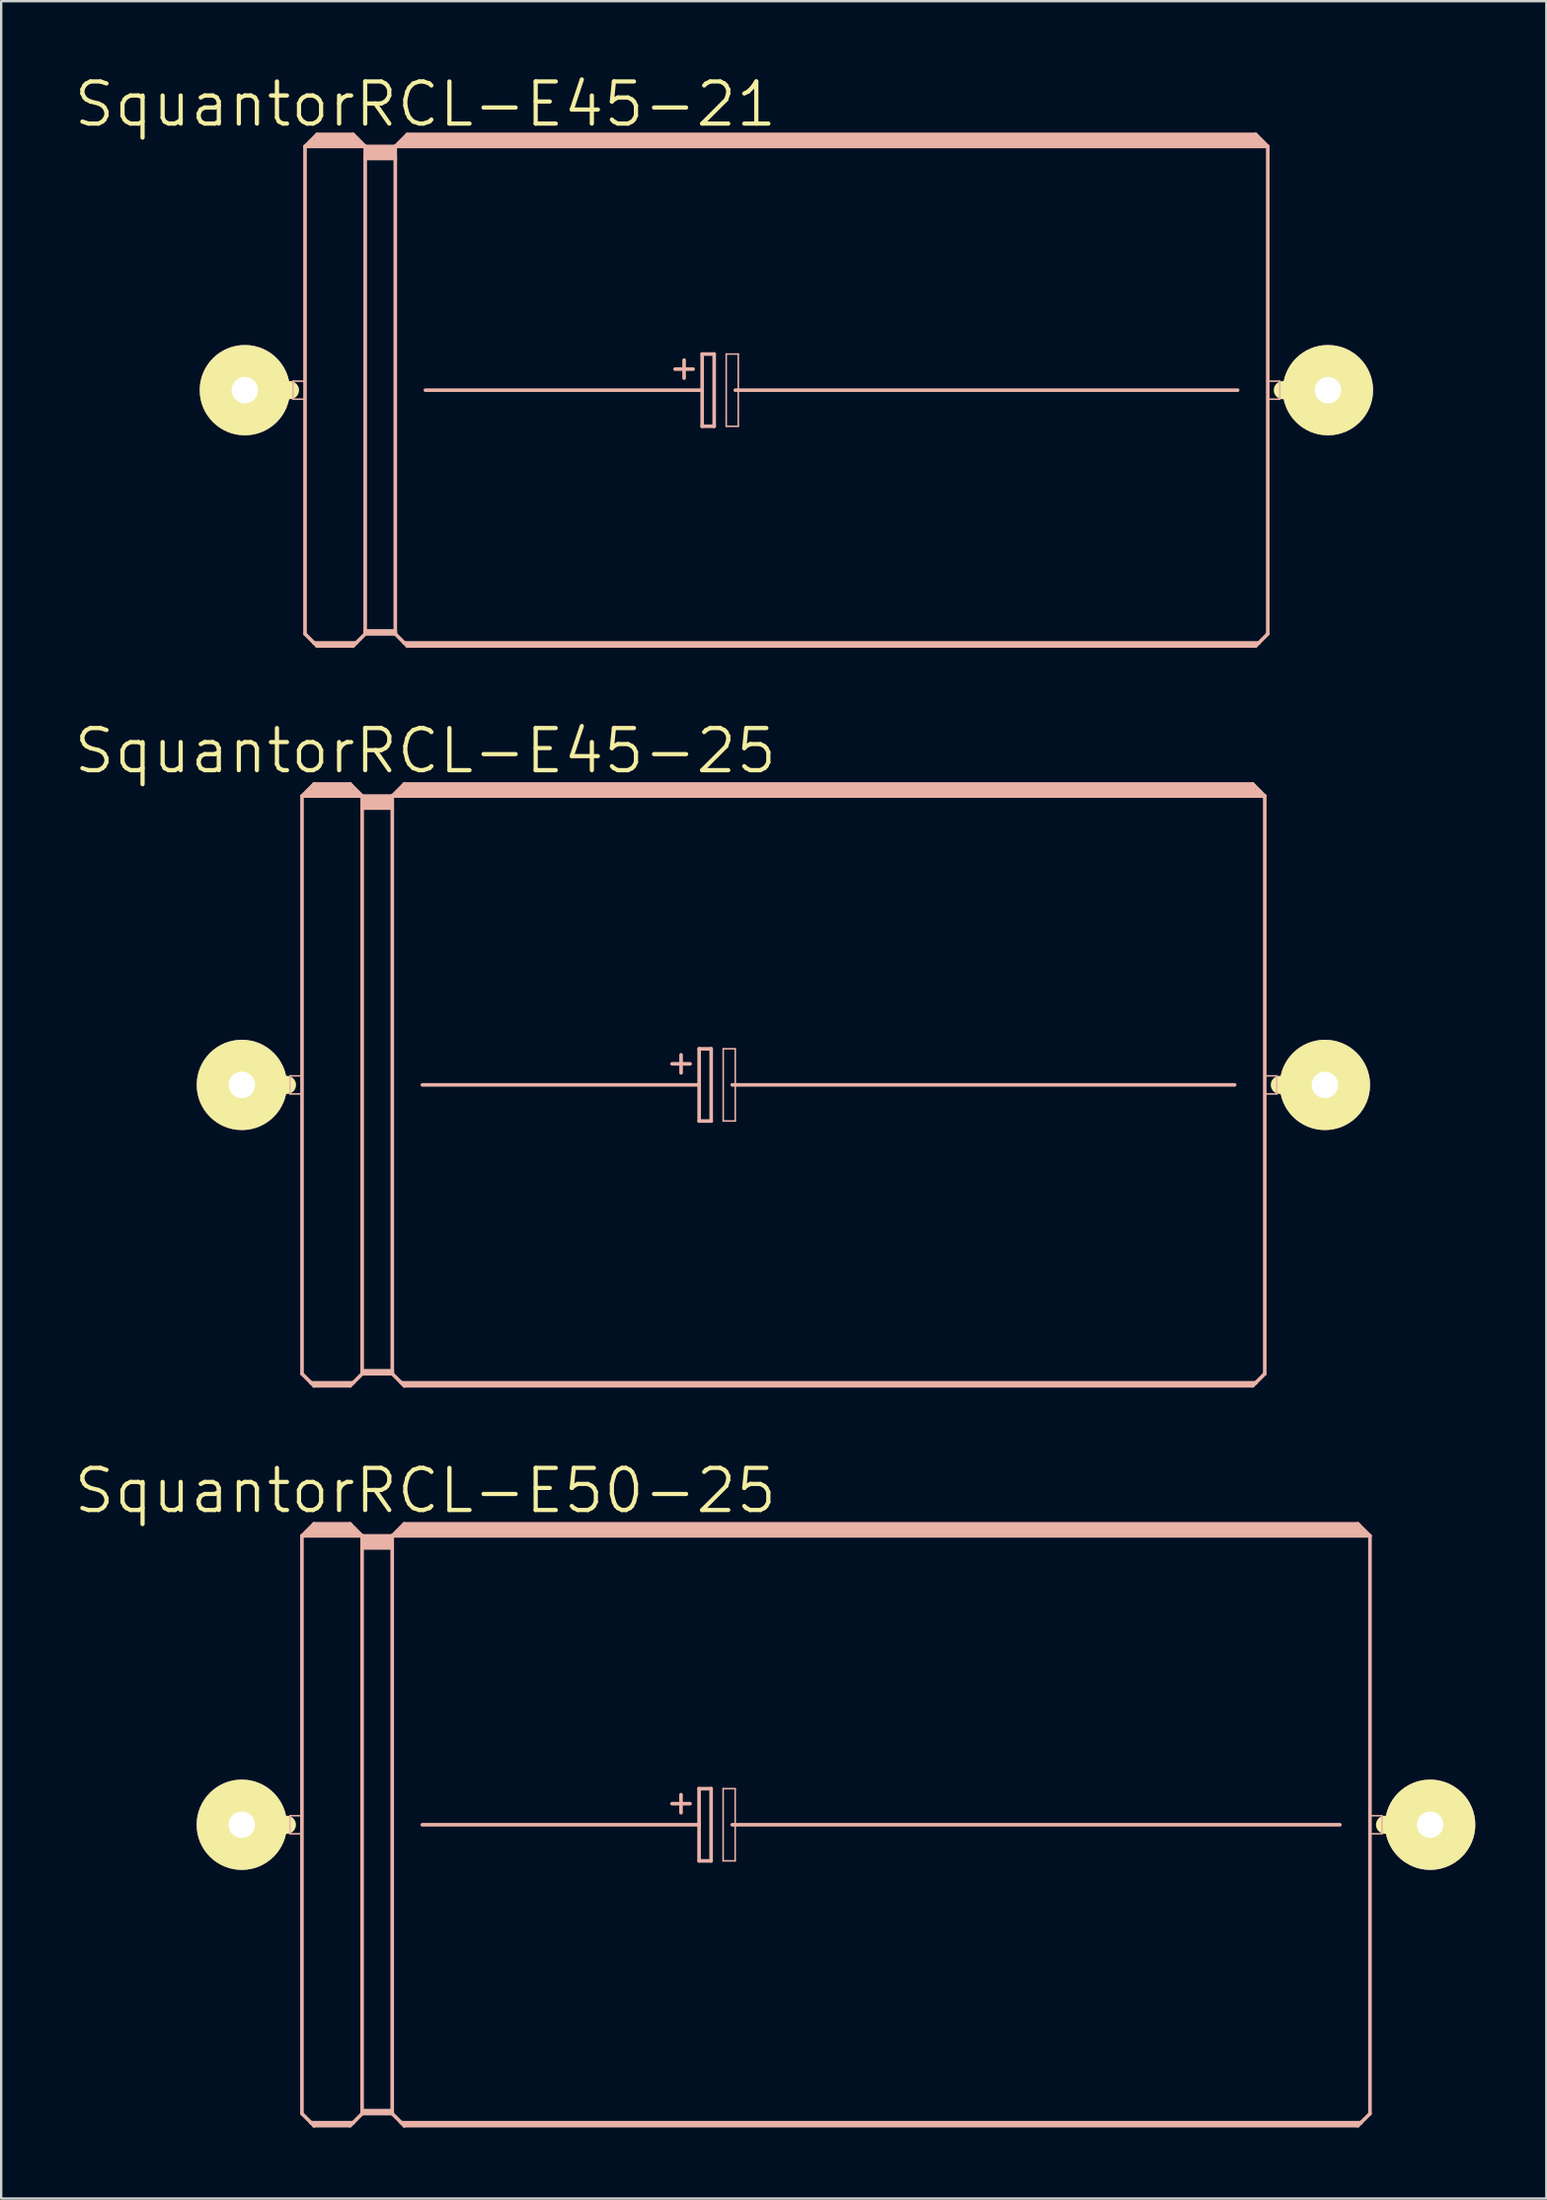
<source format=kicad_pcb>
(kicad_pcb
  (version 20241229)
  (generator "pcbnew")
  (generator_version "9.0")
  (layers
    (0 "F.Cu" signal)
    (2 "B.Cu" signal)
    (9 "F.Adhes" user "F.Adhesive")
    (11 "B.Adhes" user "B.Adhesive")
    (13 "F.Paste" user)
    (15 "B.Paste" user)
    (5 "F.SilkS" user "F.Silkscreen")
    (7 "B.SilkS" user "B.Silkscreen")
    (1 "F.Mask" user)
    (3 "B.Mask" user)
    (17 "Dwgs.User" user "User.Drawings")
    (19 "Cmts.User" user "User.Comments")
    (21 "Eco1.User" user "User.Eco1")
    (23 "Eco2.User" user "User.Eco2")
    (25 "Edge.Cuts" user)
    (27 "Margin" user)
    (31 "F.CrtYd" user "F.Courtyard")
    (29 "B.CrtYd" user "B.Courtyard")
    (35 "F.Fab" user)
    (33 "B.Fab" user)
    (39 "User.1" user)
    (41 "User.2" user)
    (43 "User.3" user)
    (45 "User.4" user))
  (footprint "SquantorRCL-E45-21"
    (layer "F.Cu")
    (at 30.146 13.417)
    (property "Reference" "SquantorRCL-E45-21" (at -15.24 -12.065 0) (layer "F.SilkS") (effects (font (size 1.778 1.778) (thickness 0.178))))
    (attr exclude_from_pos_files exclude_from_bom)
    (fp_line (start -22.86 0) (end -20.955 0) (stroke (width 0.762) (type solid)) (layer "F.SilkS"))
    (fp_line (start 22.86 0) (end 20.955 0) (stroke (width 0.762) (type solid)) (layer "F.SilkS"))
    (fp_line (start -20.828 -0.381) (end -20.32 -0.381) (stroke (width 0.066) (type solid)) (layer "B.SilkS"))
    (fp_line (start -20.828 0.381) (end -20.828 -0.381) (stroke (width 0.066) (type solid)) (layer "B.SilkS"))
    (fp_line (start -20.828 0.381) (end -20.32 0.381) (stroke (width 0.066) (type solid)) (layer "B.SilkS"))
    (fp_line (start -20.32 -10.287) (end -20.32 10.287) (stroke (width 0.152) (type solid)) (layer "B.SilkS"))
    (fp_line (start -20.32 -10.287) (end -19.812 -10.795) (stroke (width 0.152) (type solid)) (layer "B.SilkS"))
    (fp_line (start -20.32 -10.287) (end -17.78 -10.287) (stroke (width 0.152) (type solid)) (layer "B.SilkS"))
    (fp_line (start -20.32 0.381) (end -20.32 -0.381) (stroke (width 0.066) (type solid)) (layer "B.SilkS"))
    (fp_line (start -20.32 10.287) (end -19.939 10.668) (stroke (width 0.152) (type solid)) (layer "B.SilkS"))
    (fp_line (start -20.066 -10.414) (end -18.034 -10.414) (stroke (width 0.305) (type solid)) (layer "B.SilkS"))
    (fp_line (start -19.939 10.668) (end -19.812 10.795) (stroke (width 0.152) (type solid)) (layer "B.SilkS"))
    (fp_line (start -19.939 10.668) (end -18.161 10.668) (stroke (width 0.152) (type solid)) (layer "B.SilkS"))
    (fp_line (start -19.812 -10.795) (end -18.288 -10.795) (stroke (width 0.152) (type solid)) (layer "B.SilkS"))
    (fp_line (start -19.812 -10.668) (end -18.288 -10.668) (stroke (width 0.305) (type solid)) (layer "B.SilkS"))
    (fp_line (start -19.812 10.744) (end -18.288 10.744) (stroke (width 0.152) (type solid)) (layer "B.SilkS"))
    (fp_line (start -19.812 10.795) (end -19.812 10.744) (stroke (width 0.152) (type solid)) (layer "B.SilkS"))
    (fp_line (start -19.812 10.795) (end -18.288 10.795) (stroke (width 0.152) (type solid)) (layer "B.SilkS"))
    (fp_line (start -18.288 -10.795) (end -17.78 -10.287) (stroke (width 0.152) (type solid)) (layer "B.SilkS"))
    (fp_line (start -18.288 10.795) (end -18.161 10.668) (stroke (width 0.152) (type solid)) (layer "B.SilkS"))
    (fp_line (start -18.161 10.668) (end -17.78 10.287) (stroke (width 0.152) (type solid)) (layer "B.SilkS"))
    (fp_line (start -17.78 -10.287) (end -16.51 -10.287) (stroke (width 0.152) (type solid)) (layer "B.SilkS"))
    (fp_line (start -17.78 -9.779) (end -17.78 -10.287) (stroke (width 0.152) (type solid)) (layer "B.SilkS"))
    (fp_line (start -17.78 -9.779) (end -16.51 -9.779) (stroke (width 0.152) (type solid)) (layer "B.SilkS"))
    (fp_line (start -17.78 10.16) (end -17.78 -9.779) (stroke (width 0.152) (type solid)) (layer "B.SilkS"))
    (fp_line (start -17.78 10.16) (end -16.51 10.16) (stroke (width 0.152) (type solid)) (layer "B.SilkS"))
    (fp_line (start -17.78 10.236) (end -17.78 10.16) (stroke (width 0.152) (type solid)) (layer "B.SilkS"))
    (fp_line (start -17.78 10.236) (end -16.51 10.236) (stroke (width 0.152) (type solid)) (layer "B.SilkS"))
    (fp_line (start -17.78 10.287) (end -17.78 10.236) (stroke (width 0.152) (type solid)) (layer "B.SilkS"))
    (fp_line (start -17.78 10.287) (end -16.51 10.287) (stroke (width 0.152) (type solid)) (layer "B.SilkS"))
    (fp_line (start -17.65 -10.16) (end -16.637 -10.16) (stroke (width 0.305) (type solid)) (layer "B.SilkS"))
    (fp_line (start -17.65 -9.906) (end -16.637 -9.906) (stroke (width 0.305) (type solid)) (layer "B.SilkS"))
    (fp_line (start -16.51 -10.287) (end -16.002 -10.795) (stroke (width 0.152) (type solid)) (layer "B.SilkS"))
    (fp_line (start -16.51 -10.287) (end 20.32 -10.287) (stroke (width 0.152) (type solid)) (layer "B.SilkS"))
    (fp_line (start -16.51 -9.779) (end -16.51 -10.287) (stroke (width 0.152) (type solid)) (layer "B.SilkS"))
    (fp_line (start -16.51 10.16) (end -16.51 -9.779) (stroke (width 0.152) (type solid)) (layer "B.SilkS"))
    (fp_line (start -16.51 10.236) (end -16.51 10.16) (stroke (width 0.152) (type solid)) (layer "B.SilkS"))
    (fp_line (start -16.51 10.287) (end -16.51 10.236) (stroke (width 0.152) (type solid)) (layer "B.SilkS"))
    (fp_line (start -16.51 10.287) (end -16.129 10.668) (stroke (width 0.152) (type solid)) (layer "B.SilkS"))
    (fp_line (start -16.256 -10.414) (end 20.066 -10.414) (stroke (width 0.305) (type solid)) (layer "B.SilkS"))
    (fp_line (start -16.129 10.668) (end -16.002 10.795) (stroke (width 0.152) (type solid)) (layer "B.SilkS"))
    (fp_line (start -16.129 10.668) (end 19.939 10.668) (stroke (width 0.152) (type solid)) (layer "B.SilkS"))
    (fp_line (start -16.002 -10.795) (end 19.812 -10.795) (stroke (width 0.152) (type solid)) (layer "B.SilkS"))
    (fp_line (start -16.002 -10.668) (end 19.812 -10.668) (stroke (width 0.305) (type solid)) (layer "B.SilkS"))
    (fp_line (start -16.002 10.744) (end 19.812 10.744) (stroke (width 0.152) (type solid)) (layer "B.SilkS"))
    (fp_line (start -16.002 10.795) (end -16.002 10.744) (stroke (width 0.152) (type solid)) (layer "B.SilkS"))
    (fp_line (start -16.002 10.795) (end 19.812 10.795) (stroke (width 0.152) (type solid)) (layer "B.SilkS"))
    (fp_line (start -15.24 0) (end -3.556 0) (stroke (width 0.152) (type solid)) (layer "B.SilkS"))
    (fp_line (start -4.699 -0.889) (end -3.937 -0.889) (stroke (width 0.152) (type solid)) (layer "B.SilkS"))
    (fp_line (start -4.318 -1.27) (end -4.318 -0.508) (stroke (width 0.152) (type solid)) (layer "B.SilkS"))
    (fp_line (start -3.556 -1.524) (end -3.556 0) (stroke (width 0.152) (type solid)) (layer "B.SilkS"))
    (fp_line (start -3.556 0) (end -3.556 1.524) (stroke (width 0.152) (type solid)) (layer "B.SilkS"))
    (fp_line (start -3.556 1.524) (end -3.048 1.524) (stroke (width 0.152) (type solid)) (layer "B.SilkS"))
    (fp_line (start -3.048 -1.524) (end -3.556 -1.524) (stroke (width 0.152) (type solid)) (layer "B.SilkS"))
    (fp_line (start -3.048 1.524) (end -3.048 -1.524) (stroke (width 0.152) (type solid)) (layer "B.SilkS"))
    (fp_line (start -2.54 -1.524) (end -2.032 -1.524) (stroke (width 0.066) (type solid)) (layer "B.SilkS"))
    (fp_line (start -2.54 1.524) (end -2.54 -1.524) (stroke (width 0.066) (type solid)) (layer "B.SilkS"))
    (fp_line (start -2.54 1.524) (end -2.032 1.524) (stroke (width 0.066) (type solid)) (layer "B.SilkS"))
    (fp_line (start -2.159 0) (end 19.05 0) (stroke (width 0.152) (type solid)) (layer "B.SilkS"))
    (fp_line (start -2.032 1.524) (end -2.032 -1.524) (stroke (width 0.066) (type solid)) (layer "B.SilkS"))
    (fp_line (start 19.812 -10.795) (end 20.32 -10.287) (stroke (width 0.152) (type solid)) (layer "B.SilkS"))
    (fp_line (start 19.812 10.795) (end 19.939 10.668) (stroke (width 0.152) (type solid)) (layer "B.SilkS"))
    (fp_line (start 19.939 10.668) (end 20.32 10.287) (stroke (width 0.152) (type solid)) (layer "B.SilkS"))
    (fp_line (start 20.32 -10.287) (end 20.32 10.287) (stroke (width 0.152) (type solid)) (layer "B.SilkS"))
    (fp_line (start 20.32 -0.381) (end 20.828 -0.381) (stroke (width 0.066) (type solid)) (layer "B.SilkS"))
    (fp_line (start 20.32 0.381) (end 20.32 -0.381) (stroke (width 0.066) (type solid)) (layer "B.SilkS"))
    (fp_line (start 20.32 0.381) (end 20.828 0.381) (stroke (width 0.066) (type solid)) (layer "B.SilkS"))
    (fp_line (start 20.828 0.381) (end 20.828 -0.381) (stroke (width 0.066) (type solid)) (layer "B.SilkS"))
    (pad "+" thru_hole circle (at -22.86 0) (size 3.81 3.81) (drill 1.118) (layers "*.Cu" "F.Mask" "F.SilkS" "F.Paste"))
    (pad "-" thru_hole circle (at 22.86 0) (size 3.81 3.81) (drill 1.118) (layers "*.Cu" "F.Mask" "F.SilkS" "F.Paste")))
  (footprint "SquantorRCL-E45-25"
    (layer "F.Cu")
    (at 30.019 42.738)
    (property "Reference" "SquantorRCL-E45-25" (at -15.113 -14.097 0) (layer "F.SilkS") (effects (font (size 1.778 1.778) (thickness 0.178))))
    (attr exclude_from_pos_files exclude_from_bom)
    (fp_line (start -22.86 0) (end -20.955 0) (stroke (width 0.762) (type solid)) (layer "F.SilkS"))
    (fp_line (start 22.86 0) (end 20.955 0) (stroke (width 0.762) (type solid)) (layer "F.SilkS"))
    (fp_line (start -20.828 -0.381) (end -20.32 -0.381) (stroke (width 0.066) (type solid)) (layer "B.SilkS"))
    (fp_line (start -20.828 0.381) (end -20.828 -0.381) (stroke (width 0.066) (type solid)) (layer "B.SilkS"))
    (fp_line (start -20.828 0.381) (end -20.32 0.381) (stroke (width 0.066) (type solid)) (layer "B.SilkS"))
    (fp_line (start -20.32 -12.192) (end -20.32 12.192) (stroke (width 0.152) (type solid)) (layer "B.SilkS"))
    (fp_line (start -20.32 -12.192) (end -19.812 -12.7) (stroke (width 0.152) (type solid)) (layer "B.SilkS"))
    (fp_line (start -20.32 -12.192) (end -17.78 -12.192) (stroke (width 0.152) (type solid)) (layer "B.SilkS"))
    (fp_line (start -20.32 0.381) (end -20.32 -0.381) (stroke (width 0.066) (type solid)) (layer "B.SilkS"))
    (fp_line (start -20.32 12.192) (end -19.939 12.573) (stroke (width 0.152) (type solid)) (layer "B.SilkS"))
    (fp_line (start -20.066 -12.319) (end -18.034 -12.319) (stroke (width 0.305) (type solid)) (layer "B.SilkS"))
    (fp_line (start -19.939 12.573) (end -19.812 12.7) (stroke (width 0.152) (type solid)) (layer "B.SilkS"))
    (fp_line (start -19.939 12.573) (end -18.161 12.573) (stroke (width 0.152) (type solid)) (layer "B.SilkS"))
    (fp_line (start -19.812 -12.7) (end -18.288 -12.7) (stroke (width 0.152) (type solid)) (layer "B.SilkS"))
    (fp_line (start -19.812 -12.573) (end -18.288 -12.573) (stroke (width 0.305) (type solid)) (layer "B.SilkS"))
    (fp_line (start -19.812 12.649) (end -18.288 12.649) (stroke (width 0.152) (type solid)) (layer "B.SilkS"))
    (fp_line (start -19.812 12.7) (end -19.812 12.649) (stroke (width 0.152) (type solid)) (layer "B.SilkS"))
    (fp_line (start -19.812 12.7) (end -18.288 12.7) (stroke (width 0.152) (type solid)) (layer "B.SilkS"))
    (fp_line (start -18.288 -12.7) (end -17.78 -12.192) (stroke (width 0.152) (type solid)) (layer "B.SilkS"))
    (fp_line (start -18.288 12.7) (end -18.161 12.573) (stroke (width 0.152) (type solid)) (layer "B.SilkS"))
    (fp_line (start -18.161 12.573) (end -17.78 12.192) (stroke (width 0.152) (type solid)) (layer "B.SilkS"))
    (fp_line (start -17.78 -12.192) (end -16.51 -12.192) (stroke (width 0.152) (type solid)) (layer "B.SilkS"))
    (fp_line (start -17.78 -11.684) (end -17.78 -12.192) (stroke (width 0.152) (type solid)) (layer "B.SilkS"))
    (fp_line (start -17.78 -11.684) (end -16.51 -11.684) (stroke (width 0.152) (type solid)) (layer "B.SilkS"))
    (fp_line (start -17.78 12.065) (end -17.78 -11.684) (stroke (width 0.152) (type solid)) (layer "B.SilkS"))
    (fp_line (start -17.78 12.065) (end -16.51 12.065) (stroke (width 0.152) (type solid)) (layer "B.SilkS"))
    (fp_line (start -17.78 12.141) (end -17.78 12.065) (stroke (width 0.152) (type solid)) (layer "B.SilkS"))
    (fp_line (start -17.78 12.141) (end -16.51 12.141) (stroke (width 0.152) (type solid)) (layer "B.SilkS"))
    (fp_line (start -17.78 12.192) (end -17.78 12.141) (stroke (width 0.152) (type solid)) (layer "B.SilkS"))
    (fp_line (start -17.78 12.192) (end -16.51 12.192) (stroke (width 0.152) (type solid)) (layer "B.SilkS"))
    (fp_line (start -17.65 -12.065) (end -16.637 -12.065) (stroke (width 0.305) (type solid)) (layer "B.SilkS"))
    (fp_line (start -17.65 -11.811) (end -16.637 -11.811) (stroke (width 0.305) (type solid)) (layer "B.SilkS"))
    (fp_line (start -16.51 -12.192) (end -16.002 -12.7) (stroke (width 0.152) (type solid)) (layer "B.SilkS"))
    (fp_line (start -16.51 -12.192) (end 20.32 -12.192) (stroke (width 0.152) (type solid)) (layer "B.SilkS"))
    (fp_line (start -16.51 -11.684) (end -16.51 -12.192) (stroke (width 0.152) (type solid)) (layer "B.SilkS"))
    (fp_line (start -16.51 12.065) (end -16.51 -11.684) (stroke (width 0.152) (type solid)) (layer "B.SilkS"))
    (fp_line (start -16.51 12.141) (end -16.51 12.065) (stroke (width 0.152) (type solid)) (layer "B.SilkS"))
    (fp_line (start -16.51 12.192) (end -16.51 12.141) (stroke (width 0.152) (type solid)) (layer "B.SilkS"))
    (fp_line (start -16.51 12.192) (end -16.129 12.573) (stroke (width 0.152) (type solid)) (layer "B.SilkS"))
    (fp_line (start -16.256 -12.319) (end 20.066 -12.319) (stroke (width 0.305) (type solid)) (layer "B.SilkS"))
    (fp_line (start -16.129 12.573) (end -16.002 12.7) (stroke (width 0.152) (type solid)) (layer "B.SilkS"))
    (fp_line (start -16.129 12.573) (end 19.939 12.573) (stroke (width 0.152) (type solid)) (layer "B.SilkS"))
    (fp_line (start -16.002 -12.7) (end 19.812 -12.7) (stroke (width 0.152) (type solid)) (layer "B.SilkS"))
    (fp_line (start -16.002 -12.573) (end 19.812 -12.573) (stroke (width 0.305) (type solid)) (layer "B.SilkS"))
    (fp_line (start -16.002 12.649) (end 19.812 12.649) (stroke (width 0.152) (type solid)) (layer "B.SilkS"))
    (fp_line (start -16.002 12.7) (end -16.002 12.649) (stroke (width 0.152) (type solid)) (layer "B.SilkS"))
    (fp_line (start -16.002 12.7) (end 19.812 12.7) (stroke (width 0.152) (type solid)) (layer "B.SilkS"))
    (fp_line (start -15.24 0) (end -3.556 0) (stroke (width 0.152) (type solid)) (layer "B.SilkS"))
    (fp_line (start -4.699 -0.889) (end -3.937 -0.889) (stroke (width 0.152) (type solid)) (layer "B.SilkS"))
    (fp_line (start -4.318 -1.27) (end -4.318 -0.508) (stroke (width 0.152) (type solid)) (layer "B.SilkS"))
    (fp_line (start -3.556 -1.524) (end -3.556 0) (stroke (width 0.152) (type solid)) (layer "B.SilkS"))
    (fp_line (start -3.556 0) (end -3.556 1.524) (stroke (width 0.152) (type solid)) (layer "B.SilkS"))
    (fp_line (start -3.556 1.524) (end -3.048 1.524) (stroke (width 0.152) (type solid)) (layer "B.SilkS"))
    (fp_line (start -3.048 -1.524) (end -3.556 -1.524) (stroke (width 0.152) (type solid)) (layer "B.SilkS"))
    (fp_line (start -3.048 1.524) (end -3.048 -1.524) (stroke (width 0.152) (type solid)) (layer "B.SilkS"))
    (fp_line (start -2.54 -1.524) (end -2.032 -1.524) (stroke (width 0.066) (type solid)) (layer "B.SilkS"))
    (fp_line (start -2.54 1.524) (end -2.54 -1.524) (stroke (width 0.066) (type solid)) (layer "B.SilkS"))
    (fp_line (start -2.54 1.524) (end -2.032 1.524) (stroke (width 0.066) (type solid)) (layer "B.SilkS"))
    (fp_line (start -2.159 0) (end 19.05 0) (stroke (width 0.152) (type solid)) (layer "B.SilkS"))
    (fp_line (start -2.032 1.524) (end -2.032 -1.524) (stroke (width 0.066) (type solid)) (layer "B.SilkS"))
    (fp_line (start 19.812 -12.7) (end 20.32 -12.192) (stroke (width 0.152) (type solid)) (layer "B.SilkS"))
    (fp_line (start 19.812 12.7) (end 19.939 12.573) (stroke (width 0.152) (type solid)) (layer "B.SilkS"))
    (fp_line (start 19.939 12.573) (end 20.32 12.192) (stroke (width 0.152) (type solid)) (layer "B.SilkS"))
    (fp_line (start 20.32 -12.192) (end 20.32 12.192) (stroke (width 0.152) (type solid)) (layer "B.SilkS"))
    (fp_line (start 20.32 -0.381) (end 20.828 -0.381) (stroke (width 0.066) (type solid)) (layer "B.SilkS"))
    (fp_line (start 20.32 0.381) (end 20.32 -0.381) (stroke (width 0.066) (type solid)) (layer "B.SilkS"))
    (fp_line (start 20.32 0.381) (end 20.828 0.381) (stroke (width 0.066) (type solid)) (layer "B.SilkS"))
    (fp_line (start 20.828 0.381) (end 20.828 -0.381) (stroke (width 0.066) (type solid)) (layer "B.SilkS"))
    (pad "+" thru_hole circle (at -22.86 0) (size 3.81 3.81) (drill 1.118) (layers "*.Cu" "F.Mask" "F.SilkS" "F.Paste"))
    (pad "-" thru_hole circle (at 22.86 0) (size 3.81 3.81) (drill 1.118) (layers "*.Cu" "F.Mask" "F.SilkS" "F.Paste")))
  (footprint "SquantorRCL-E50-25"
    (layer "F.Cu")
    (at 32.556 73.963)
    (property "Reference" "SquantorRCL-E50-25" (at -17.65 -14.097 0) (layer "F.SilkS") (effects (font (size 1.778 1.778) (thickness 0.178))))
    (attr exclude_from_pos_files exclude_from_bom)
    (fp_line (start -25.4 0) (end -23.495 0) (stroke (width 0.762) (type solid)) (layer "F.SilkS"))
    (fp_line (start 24.765 0) (end 22.86 0) (stroke (width 0.762) (type solid)) (layer "F.SilkS"))
    (fp_line (start -23.368 -0.381) (end -22.86 -0.381) (stroke (width 0.066) (type solid)) (layer "B.SilkS"))
    (fp_line (start -23.368 0.381) (end -23.368 -0.381) (stroke (width 0.066) (type solid)) (layer "B.SilkS"))
    (fp_line (start -23.368 0.381) (end -22.86 0.381) (stroke (width 0.066) (type solid)) (layer "B.SilkS"))
    (fp_line (start -22.86 -12.192) (end -22.86 12.192) (stroke (width 0.152) (type solid)) (layer "B.SilkS"))
    (fp_line (start -22.86 -12.192) (end -22.352 -12.7) (stroke (width 0.152) (type solid)) (layer "B.SilkS"))
    (fp_line (start -22.86 -12.192) (end -20.32 -12.192) (stroke (width 0.152) (type solid)) (layer "B.SilkS"))
    (fp_line (start -22.86 0.381) (end -22.86 -0.381) (stroke (width 0.066) (type solid)) (layer "B.SilkS"))
    (fp_line (start -22.86 12.192) (end -22.479 12.573) (stroke (width 0.152) (type solid)) (layer "B.SilkS"))
    (fp_line (start -22.606 -12.319) (end -22.479 -12.319) (stroke (width 0.305) (type solid)) (layer "B.SilkS"))
    (fp_line (start -22.479 -12.319) (end -22.479 -12.446) (stroke (width 0.305) (type solid)) (layer "B.SilkS"))
    (fp_line (start -22.479 -12.319) (end -20.698 -12.319) (stroke (width 0.305) (type solid)) (layer "B.SilkS"))
    (fp_line (start -22.479 12.573) (end -22.352 12.7) (stroke (width 0.152) (type solid)) (layer "B.SilkS"))
    (fp_line (start -22.479 12.573) (end -20.698 12.573) (stroke (width 0.152) (type solid)) (layer "B.SilkS"))
    (fp_line (start -22.352 -12.7) (end -20.828 -12.7) (stroke (width 0.152) (type solid)) (layer "B.SilkS"))
    (fp_line (start -22.352 -12.573) (end -20.828 -12.573) (stroke (width 0.305) (type solid)) (layer "B.SilkS"))
    (fp_line (start -22.352 12.649) (end -20.828 12.649) (stroke (width 0.152) (type solid)) (layer "B.SilkS"))
    (fp_line (start -22.352 12.7) (end -22.352 12.649) (stroke (width 0.152) (type solid)) (layer "B.SilkS"))
    (fp_line (start -22.352 12.7) (end -20.828 12.7) (stroke (width 0.152) (type solid)) (layer "B.SilkS"))
    (fp_line (start -20.698 -12.319) (end -20.698 -12.446) (stroke (width 0.305) (type solid)) (layer "B.SilkS"))
    (fp_line (start -20.698 -12.319) (end -20.574 -12.319) (stroke (width 0.305) (type solid)) (layer "B.SilkS"))
    (fp_line (start -20.698 12.573) (end -20.828 12.7) (stroke (width 0.152) (type solid)) (layer "B.SilkS"))
    (fp_line (start -20.32 -12.192) (end -20.828 -12.7) (stroke (width 0.152) (type solid)) (layer "B.SilkS"))
    (fp_line (start -20.32 -12.192) (end -20.32 -11.684) (stroke (width 0.152) (type solid)) (layer "B.SilkS"))
    (fp_line (start -20.32 -12.192) (end -19.05 -12.192) (stroke (width 0.152) (type solid)) (layer "B.SilkS"))
    (fp_line (start -20.32 -11.684) (end -20.32 12.065) (stroke (width 0.152) (type solid)) (layer "B.SilkS"))
    (fp_line (start -20.32 -11.684) (end -19.05 -11.684) (stroke (width 0.152) (type solid)) (layer "B.SilkS"))
    (fp_line (start -20.32 12.065) (end -20.32 12.141) (stroke (width 0.152) (type solid)) (layer "B.SilkS"))
    (fp_line (start -20.32 12.065) (end -19.05 12.065) (stroke (width 0.152) (type solid)) (layer "B.SilkS"))
    (fp_line (start -20.32 12.141) (end -20.32 12.192) (stroke (width 0.152) (type solid)) (layer "B.SilkS"))
    (fp_line (start -20.32 12.141) (end -19.05 12.141) (stroke (width 0.152) (type solid)) (layer "B.SilkS"))
    (fp_line (start -20.32 12.192) (end -20.698 12.573) (stroke (width 0.152) (type solid)) (layer "B.SilkS"))
    (fp_line (start -20.32 12.192) (end -19.05 12.192) (stroke (width 0.152) (type solid)) (layer "B.SilkS"))
    (fp_line (start -20.193 -12.065) (end -19.177 -12.065) (stroke (width 0.305) (type solid)) (layer "B.SilkS"))
    (fp_line (start -20.193 -11.811) (end -19.177 -11.811) (stroke (width 0.305) (type solid)) (layer "B.SilkS"))
    (fp_line (start -19.05 -12.192) (end -19.05 -11.684) (stroke (width 0.152) (type solid)) (layer "B.SilkS"))
    (fp_line (start -19.05 -12.192) (end 22.225 -12.192) (stroke (width 0.152) (type solid)) (layer "B.SilkS"))
    (fp_line (start -19.05 -11.684) (end -19.05 12.065) (stroke (width 0.152) (type solid)) (layer "B.SilkS"))
    (fp_line (start -19.05 12.065) (end -19.05 12.141) (stroke (width 0.152) (type solid)) (layer "B.SilkS"))
    (fp_line (start -19.05 12.141) (end -19.05 12.192) (stroke (width 0.152) (type solid)) (layer "B.SilkS"))
    (fp_line (start -19.05 12.192) (end -18.669 12.573) (stroke (width 0.152) (type solid)) (layer "B.SilkS"))
    (fp_line (start -18.796 -12.319) (end -18.669 -12.319) (stroke (width 0.305) (type solid)) (layer "B.SilkS"))
    (fp_line (start -18.669 -12.319) (end -18.669 -12.446) (stroke (width 0.305) (type solid)) (layer "B.SilkS"))
    (fp_line (start -18.669 -12.319) (end 21.971 -12.319) (stroke (width 0.305) (type solid)) (layer "B.SilkS"))
    (fp_line (start -18.669 12.573) (end -18.542 12.7) (stroke (width 0.152) (type solid)) (layer "B.SilkS"))
    (fp_line (start -18.669 12.573) (end 21.844 12.573) (stroke (width 0.152) (type solid)) (layer "B.SilkS"))
    (fp_line (start -18.542 -12.7) (end -19.05 -12.192) (stroke (width 0.152) (type solid)) (layer "B.SilkS"))
    (fp_line (start -18.542 -12.7) (end 21.717 -12.7) (stroke (width 0.152) (type solid)) (layer "B.SilkS"))
    (fp_line (start -18.542 -12.573) (end 21.717 -12.573) (stroke (width 0.305) (type solid)) (layer "B.SilkS"))
    (fp_line (start -18.542 12.649) (end 21.717 12.649) (stroke (width 0.152) (type solid)) (layer "B.SilkS"))
    (fp_line (start -18.542 12.7) (end -18.542 12.649) (stroke (width 0.152) (type solid)) (layer "B.SilkS"))
    (fp_line (start -17.78 0) (end -6.096 0) (stroke (width 0.152) (type solid)) (layer "B.SilkS"))
    (fp_line (start -7.236 -0.889) (end -6.477 -0.889) (stroke (width 0.152) (type solid)) (layer "B.SilkS"))
    (fp_line (start -6.858 -1.27) (end -6.858 -0.508) (stroke (width 0.152) (type solid)) (layer "B.SilkS"))
    (fp_line (start -6.096 -1.524) (end -6.096 0) (stroke (width 0.152) (type solid)) (layer "B.SilkS"))
    (fp_line (start -6.096 0) (end -6.096 1.524) (stroke (width 0.152) (type solid)) (layer "B.SilkS"))
    (fp_line (start -6.096 1.524) (end -5.588 1.524) (stroke (width 0.152) (type solid)) (layer "B.SilkS"))
    (fp_line (start -5.588 -1.524) (end -6.096 -1.524) (stroke (width 0.152) (type solid)) (layer "B.SilkS"))
    (fp_line (start -5.588 1.524) (end -5.588 -1.524) (stroke (width 0.152) (type solid)) (layer "B.SilkS"))
    (fp_line (start -5.08 -1.524) (end -4.572 -1.524) (stroke (width 0.066) (type solid)) (layer "B.SilkS"))
    (fp_line (start -5.08 1.524) (end -5.08 -1.524) (stroke (width 0.066) (type solid)) (layer "B.SilkS"))
    (fp_line (start -5.08 1.524) (end -4.572 1.524) (stroke (width 0.066) (type solid)) (layer "B.SilkS"))
    (fp_line (start -4.699 0) (end 20.955 0) (stroke (width 0.152) (type solid)) (layer "B.SilkS"))
    (fp_line (start -4.572 1.524) (end -4.572 -1.524) (stroke (width 0.066) (type solid)) (layer "B.SilkS"))
    (fp_line (start 21.717 -12.7) (end 22.225 -12.192) (stroke (width 0.152) (type solid)) (layer "B.SilkS"))
    (fp_line (start 21.717 12.7) (end -18.542 12.7) (stroke (width 0.152) (type solid)) (layer "B.SilkS"))
    (fp_line (start 21.844 12.573) (end 21.717 12.7) (stroke (width 0.152) (type solid)) (layer "B.SilkS"))
    (fp_line (start 22.225 -12.192) (end 22.225 12.192) (stroke (width 0.152) (type solid)) (layer "B.SilkS"))
    (fp_line (start 22.225 -0.381) (end 22.733 -0.381) (stroke (width 0.066) (type solid)) (layer "B.SilkS"))
    (fp_line (start 22.225 0.381) (end 22.225 -0.381) (stroke (width 0.066) (type solid)) (layer "B.SilkS"))
    (fp_line (start 22.225 0.381) (end 22.733 0.381) (stroke (width 0.066) (type solid)) (layer "B.SilkS"))
    (fp_line (start 22.225 12.192) (end 21.844 12.573) (stroke (width 0.152) (type solid)) (layer "B.SilkS"))
    (fp_line (start 22.733 0.381) (end 22.733 -0.381) (stroke (width 0.066) (type solid)) (layer "B.SilkS"))
    (pad "+" thru_hole circle (at -25.4 0) (size 3.81 3.81) (drill 1.118) (layers "*.Cu" "F.Mask" "F.SilkS" "F.Paste"))
    (pad "-" thru_hole circle (at 24.765 0) (size 3.81 3.81) (drill 1.118) (layers "*.Cu" "F.Mask" "F.SilkS" "F.Paste")))
  (gr_rect
    (start -3 -3)
    (end 62.226 89.739)
    (stroke (width 0.1) (type default))
    (fill no)
    (layer "Edge.Cuts")))
</source>
